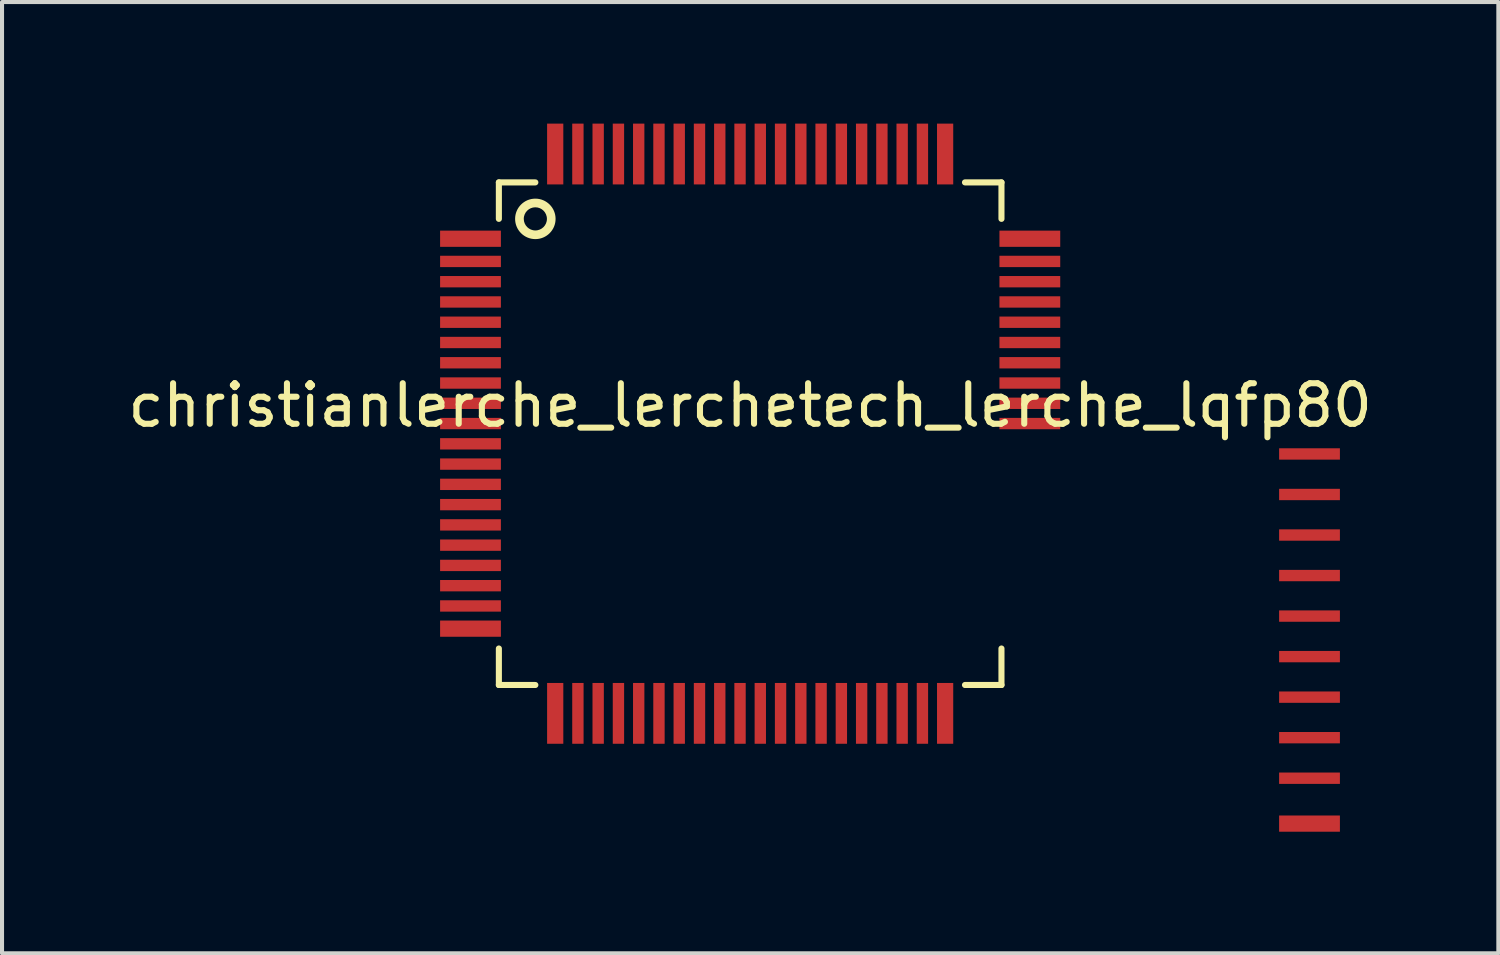
<source format=kicad_pcb>
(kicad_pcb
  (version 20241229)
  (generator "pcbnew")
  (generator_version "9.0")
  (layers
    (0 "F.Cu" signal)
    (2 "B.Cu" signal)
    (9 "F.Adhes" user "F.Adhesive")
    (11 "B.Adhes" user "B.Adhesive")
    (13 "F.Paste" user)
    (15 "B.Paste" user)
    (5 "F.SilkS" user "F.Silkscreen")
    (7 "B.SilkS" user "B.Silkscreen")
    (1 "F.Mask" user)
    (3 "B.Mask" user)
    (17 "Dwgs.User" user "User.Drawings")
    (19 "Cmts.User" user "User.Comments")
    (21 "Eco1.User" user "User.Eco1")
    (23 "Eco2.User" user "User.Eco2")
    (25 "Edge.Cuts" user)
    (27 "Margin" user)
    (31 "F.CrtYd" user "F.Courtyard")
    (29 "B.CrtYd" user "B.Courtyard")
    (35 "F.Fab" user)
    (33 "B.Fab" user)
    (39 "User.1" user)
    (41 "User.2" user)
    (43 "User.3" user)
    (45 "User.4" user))
  (footprint "christianlerche_lerchetech_lerche_lqfp80"
    (layer "F.Cu")
    (at 15.458 7.65)
    (property "Reference" "christianlerche_lerchetech_lerche_lqfp80" (at 0 -0.7 0) (layer "F.SilkS") (effects (font (size 1 1) (thickness 0.15))))
    (attr through_hole)
    (fp_line (start -6.2 -6.2) (end -6.2 -5.3) (stroke (width 0.15) (type solid)) (layer "F.SilkS"))
    (fp_line (start -6.2 -6.2) (end -5.3 -6.2) (stroke (width 0.15) (type solid)) (layer "F.SilkS"))
    (fp_line (start -6.2 5.3) (end -6.2 6.2) (stroke (width 0.15) (type solid)) (layer "F.SilkS"))
    (fp_line (start -6.2 6.2) (end -5.3 6.2) (stroke (width 0.15) (type solid)) (layer "F.SilkS"))
    (fp_line (start 5.3 -6.2) (end 6.2 -6.2) (stroke (width 0.15) (type solid)) (layer "F.SilkS"))
    (fp_line (start 5.3 6.2) (end 6.2 6.2) (stroke (width 0.15) (type solid)) (layer "F.SilkS"))
    (fp_line (start 6.2 -6.2) (end 6.2 -5.3) (stroke (width 0.15) (type solid)) (layer "F.SilkS"))
    (fp_line (start 6.2 6.2) (end 6.2 5.3) (stroke (width 0.15) (type solid)) (layer "F.SilkS"))
    (fp_circle (center -5.3 -5.3) (end -5.1 -5) (stroke (width 0.15) (type solid)) (fill no) (layer "F.SilkS"))
    (fp_circle (center -5.3 -5.3) (end -5 -5) (stroke (width 0.15) (type solid)) (fill no) (layer "F.SilkS"))
    (pad "1" smd rect (at -6.9 -4.81) (size 1.5 0.4) (layers "F.Cu" "F.Mask" "F.Paste"))
    (pad "2" smd rect (at -6.9 -4.25) (size 1.5 0.28) (layers "F.Cu" "F.Mask" "F.Paste"))
    (pad "3" smd rect (at -6.9 -3.75) (size 1.5 0.28) (layers "F.Cu" "F.Mask" "F.Paste"))
    (pad "4" smd rect (at -6.9 -3.25) (size 1.5 0.28) (layers "F.Cu" "F.Mask" "F.Paste"))
    (pad "5" smd rect (at -6.9 -2.75) (size 1.5 0.28) (layers "F.Cu" "F.Mask" "F.Paste"))
    (pad "6" smd rect (at -6.9 -2.25) (size 1.5 0.28) (layers "F.Cu" "F.Mask" "F.Paste"))
    (pad "7" smd rect (at -6.9 -1.75) (size 1.5 0.28) (layers "F.Cu" "F.Mask" "F.Paste"))
    (pad "8" smd rect (at -6.9 -1.25) (size 1.5 0.28) (layers "F.Cu" "F.Mask" "F.Paste"))
    (pad "9" smd rect (at -6.9 -0.75) (size 1.5 0.28) (layers "F.Cu" "F.Mask" "F.Paste"))
    (pad "10" smd rect (at -6.9 -0.25) (size 1.5 0.28) (layers "F.Cu" "F.Mask" "F.Paste"))
    (pad "11" smd rect (at -6.9 0.25) (size 1.5 0.28) (layers "F.Cu" "F.Mask" "F.Paste"))
    (pad "12" smd rect (at -6.9 0.75) (size 1.5 0.28) (layers "F.Cu" "F.Mask" "F.Paste"))
    (pad "13" smd rect (at -6.9 1.25) (size 1.5 0.28) (layers "F.Cu" "F.Mask" "F.Paste"))
    (pad "14" smd rect (at -6.9 1.75) (size 1.5 0.28) (layers "F.Cu" "F.Mask" "F.Paste"))
    (pad "15" smd rect (at -6.9 2.25) (size 1.5 0.28) (layers "F.Cu" "F.Mask" "F.Paste"))
    (pad "16" smd rect (at -6.9 2.75) (size 1.5 0.28) (layers "F.Cu" "F.Mask" "F.Paste"))
    (pad "17" smd rect (at -6.9 3.25) (size 1.5 0.28) (layers "F.Cu" "F.Mask" "F.Paste"))
    (pad "18" smd rect (at -6.9 3.75) (size 1.5 0.28) (layers "F.Cu" "F.Mask" "F.Paste"))
    (pad "19" smd rect (at -6.9 4.25) (size 1.5 0.28) (layers "F.Cu" "F.Mask" "F.Paste"))
    (pad "20" smd rect (at -6.9 4.81) (size 1.5 0.4) (layers "F.Cu" "F.Mask" "F.Paste"))
    (pad "21" smd rect (at -4.81 6.9 90) (size 1.5 0.4) (layers "F.Cu" "F.Mask" "F.Paste"))
    (pad "22" smd rect (at -4.25 6.9 90) (size 1.5 0.28) (layers "F.Cu" "F.Mask" "F.Paste"))
    (pad "23" smd rect (at -3.75 6.9 90) (size 1.5 0.28) (layers "F.Cu" "F.Mask" "F.Paste"))
    (pad "24" smd rect (at -3.25 6.9 90) (size 1.5 0.28) (layers "F.Cu" "F.Mask" "F.Paste"))
    (pad "25" smd rect (at -2.75 6.9 90) (size 1.5 0.28) (layers "F.Cu" "F.Mask" "F.Paste"))
    (pad "26" smd rect (at -2.25 6.9 90) (size 1.5 0.28) (layers "F.Cu" "F.Mask" "F.Paste"))
    (pad "27" smd rect (at -1.75 6.9 90) (size 1.5 0.28) (layers "F.Cu" "F.Mask" "F.Paste"))
    (pad "28" smd rect (at -1.25 6.9 90) (size 1.5 0.28) (layers "F.Cu" "F.Mask" "F.Paste"))
    (pad "29" smd rect (at -0.75 6.9 90) (size 1.5 0.28) (layers "F.Cu" "F.Mask" "F.Paste"))
    (pad "30" smd rect (at -0.25 6.9 90) (size 1.5 0.28) (layers "F.Cu" "F.Mask" "F.Paste"))
    (pad "31" smd rect (at 0.25 6.9 90) (size 1.5 0.28) (layers "F.Cu" "F.Mask" "F.Paste"))
    (pad "32" smd rect (at 0.75 6.9 90) (size 1.5 0.28) (layers "F.Cu" "F.Mask" "F.Paste"))
    (pad "33" smd rect (at 1.25 6.9 90) (size 1.5 0.28) (layers "F.Cu" "F.Mask" "F.Paste"))
    (pad "34" smd rect (at 1.75 6.9 90) (size 1.5 0.28) (layers "F.Cu" "F.Mask" "F.Paste"))
    (pad "35" smd rect (at 2.25 6.9 90) (size 1.5 0.28) (layers "F.Cu" "F.Mask" "F.Paste"))
    (pad "36" smd rect (at 2.75 6.9 90) (size 1.5 0.28) (layers "F.Cu" "F.Mask" "F.Paste"))
    (pad "37" smd rect (at 3.25 6.9 90) (size 1.5 0.28) (layers "F.Cu" "F.Mask" "F.Paste"))
    (pad "38" smd rect (at 3.75 6.9 90) (size 1.5 0.28) (layers "F.Cu" "F.Mask" "F.Paste"))
    (pad "39" smd rect (at 4.25 6.9 90) (size 1.5 0.28) (layers "F.Cu" "F.Mask" "F.Paste"))
    (pad "40" smd rect (at 4.81 6.9 90) (size 1.5 0.4) (layers "F.Cu" "F.Mask" "F.Paste"))
    (pad "41" smd rect (at 13.8 9.62) (size 1.5 0.4) (layers "F.Cu" "F.Mask" "F.Paste"))
    (pad "42" smd rect (at 13.8 8.5) (size 1.5 0.28) (layers "F.Cu" "F.Mask" "F.Paste"))
    (pad "43" smd rect (at 13.8 7.5) (size 1.5 0.28) (layers "F.Cu" "F.Mask" "F.Paste"))
    (pad "44" smd rect (at 13.8 6.5) (size 1.5 0.28) (layers "F.Cu" "F.Mask" "F.Paste"))
    (pad "45" smd rect (at 13.8 5.5) (size 1.5 0.28) (layers "F.Cu" "F.Mask" "F.Paste"))
    (pad "46" smd rect (at 13.8 4.5) (size 1.5 0.28) (layers "F.Cu" "F.Mask" "F.Paste"))
    (pad "47" smd rect (at 13.8 3.5) (size 1.5 0.28) (layers "F.Cu" "F.Mask" "F.Paste"))
    (pad "48" smd rect (at 13.8 2.5) (size 1.5 0.28) (layers "F.Cu" "F.Mask" "F.Paste"))
    (pad "49" smd rect (at 13.8 1.5) (size 1.5 0.28) (layers "F.Cu" "F.Mask" "F.Paste"))
    (pad "50" smd rect (at 13.8 0.5) (size 1.5 0.28) (layers "F.Cu" "F.Mask" "F.Paste"))
    (pad "51" smd rect (at 6.9 -0.25) (size 1.5 0.28) (layers "F.Cu" "F.Mask" "F.Paste"))
    (pad "52" smd rect (at 6.9 -0.75) (size 1.5 0.28) (layers "F.Cu" "F.Mask" "F.Paste"))
    (pad "53" smd rect (at 6.9 -1.25) (size 1.5 0.28) (layers "F.Cu" "F.Mask" "F.Paste"))
    (pad "54" smd rect (at 6.9 -1.75) (size 1.5 0.28) (layers "F.Cu" "F.Mask" "F.Paste"))
    (pad "55" smd rect (at 6.9 -2.25) (size 1.5 0.28) (layers "F.Cu" "F.Mask" "F.Paste"))
    (pad "56" smd rect (at 6.9 -2.75) (size 1.5 0.28) (layers "F.Cu" "F.Mask" "F.Paste"))
    (pad "57" smd rect (at 6.9 -3.25) (size 1.5 0.28) (layers "F.Cu" "F.Mask" "F.Paste"))
    (pad "58" smd rect (at 6.9 -3.75) (size 1.5 0.28) (layers "F.Cu" "F.Mask" "F.Paste"))
    (pad "59" smd rect (at 6.9 -4.25) (size 1.5 0.28) (layers "F.Cu" "F.Mask" "F.Paste"))
    (pad "60" smd rect (at 6.9 -4.81) (size 1.5 0.4) (layers "F.Cu" "F.Mask" "F.Paste"))
    (pad "61" smd rect (at 4.81 -6.9 90) (size 1.5 0.4) (layers "F.Cu" "F.Mask" "F.Paste"))
    (pad "62" smd rect (at 4.25 -6.9 90) (size 1.5 0.28) (layers "F.Cu" "F.Mask" "F.Paste"))
    (pad "63" smd rect (at 3.75 -6.9 90) (size 1.5 0.28) (layers "F.Cu" "F.Mask" "F.Paste"))
    (pad "64" smd rect (at 3.25 -6.9 90) (size 1.5 0.28) (layers "F.Cu" "F.Mask" "F.Paste"))
    (pad "65" smd rect (at 2.75 -6.9 90) (size 1.5 0.28) (layers "F.Cu" "F.Mask" "F.Paste"))
    (pad "66" smd rect (at 2.25 -6.9 90) (size 1.5 0.28) (layers "F.Cu" "F.Mask" "F.Paste"))
    (pad "67" smd rect (at 1.75 -6.9 90) (size 1.5 0.28) (layers "F.Cu" "F.Mask" "F.Paste"))
    (pad "68" smd rect (at 1.25 -6.9 90) (size 1.5 0.28) (layers "F.Cu" "F.Mask" "F.Paste"))
    (pad "69" smd rect (at 0.75 -6.9 90) (size 1.5 0.28) (layers "F.Cu" "F.Mask" "F.Paste"))
    (pad "70" smd rect (at 0.25 -6.9 90) (size 1.5 0.28) (layers "F.Cu" "F.Mask" "F.Paste"))
    (pad "71" smd rect (at -0.25 -6.9 90) (size 1.5 0.28) (layers "F.Cu" "F.Mask" "F.Paste"))
    (pad "72" smd rect (at -0.75 -6.9 90) (size 1.5 0.28) (layers "F.Cu" "F.Mask" "F.Paste"))
    (pad "73" smd rect (at -1.25 -6.9 90) (size 1.5 0.28) (layers "F.Cu" "F.Mask" "F.Paste"))
    (pad "74" smd rect (at -1.75 -6.9 90) (size 1.5 0.28) (layers "F.Cu" "F.Mask" "F.Paste"))
    (pad "75" smd rect (at -2.25 -6.9 90) (size 1.5 0.28) (layers "F.Cu" "F.Mask" "F.Paste"))
    (pad "76" smd rect (at -2.75 -6.9 90) (size 1.5 0.28) (layers "F.Cu" "F.Mask" "F.Paste"))
    (pad "77" smd rect (at -3.25 -6.9 90) (size 1.5 0.28) (layers "F.Cu" "F.Mask" "F.Paste"))
    (pad "78" smd rect (at -3.75 -6.9 90) (size 1.5 0.28) (layers "F.Cu" "F.Mask" "F.Paste"))
    (pad "79" smd rect (at -4.25 -6.9 90) (size 1.5 0.28) (layers "F.Cu" "F.Mask" "F.Paste"))
    (pad "80" smd rect (at -4.81 -6.9 90) (size 1.5 0.4) (layers "F.Cu" "F.Mask" "F.Paste")))
  (gr_rect
    (start -3 -3)
    (end 33.917 20.47)
    (stroke (width 0.1) (type default))
    (fill no)
    (layer "Edge.Cuts")))
</source>
